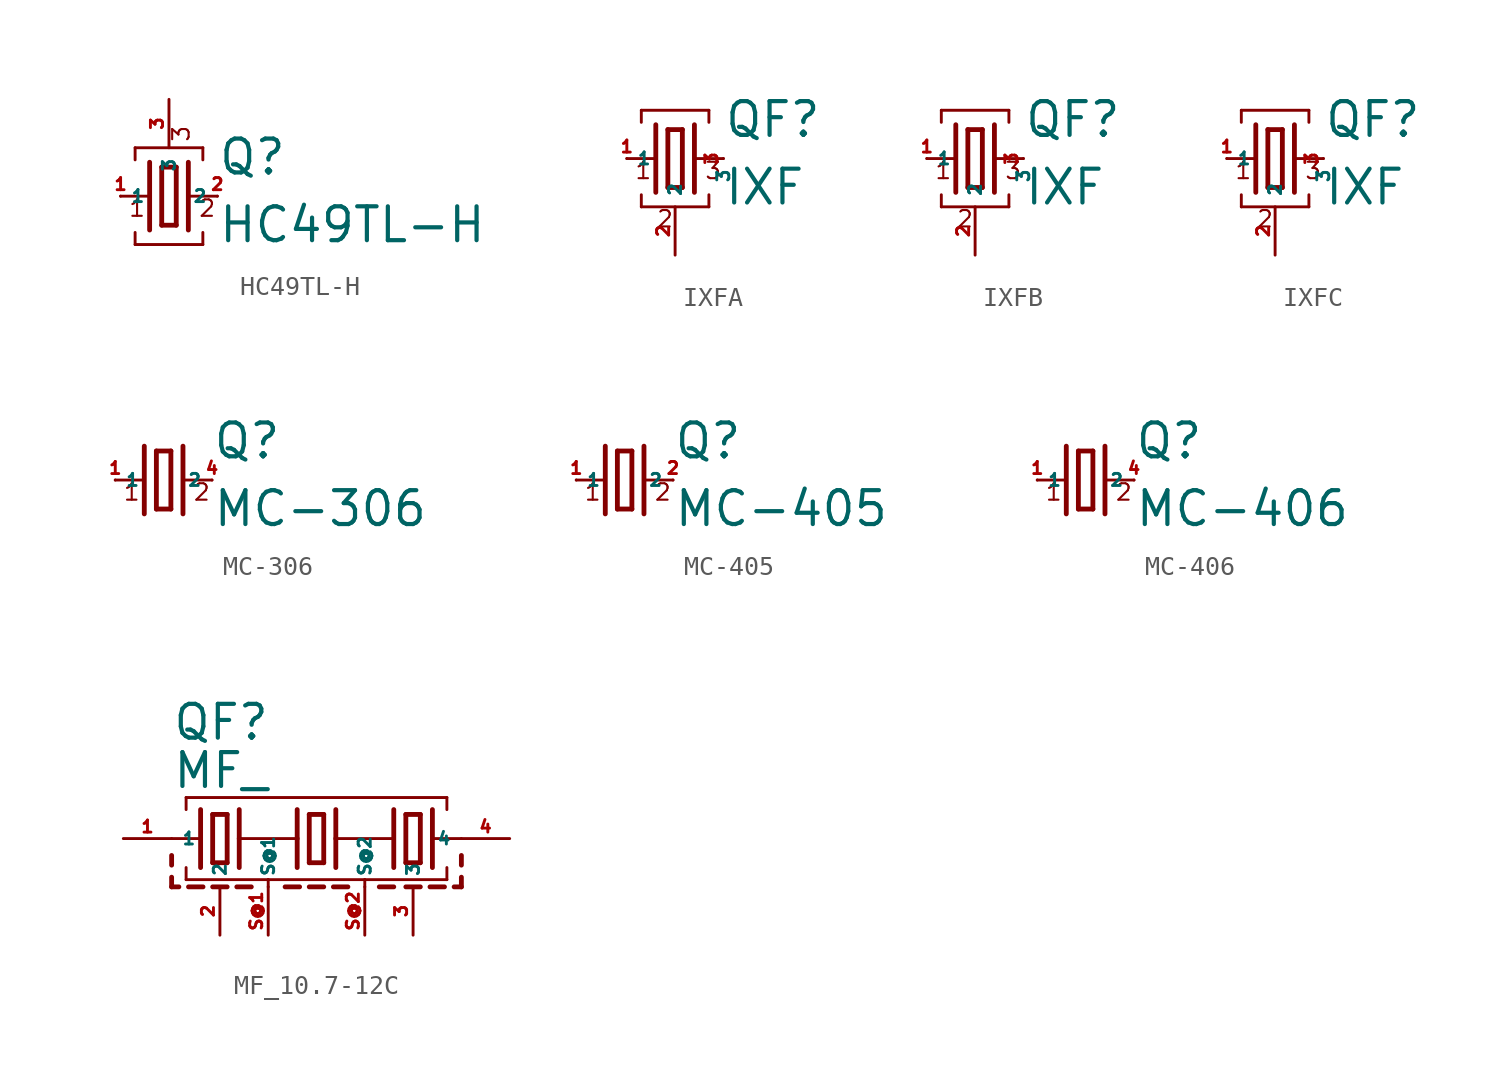
<source format=kicad_sym>
(kicad_symbol_lib
  (version 20220914)
  (generator Eagle2Kicad)
  (symbol "HC49TL-H"
    (property "Reference" "Q"
      (at 2.54 1.016 0)
      (effects (font (size 1.778 1.778) (thickness 0.22)) (justify left bottom)))
    (property "Value" "HC49TL-H"
      (at 2.54 -2.54 0)
      (effects (font (size 1.778 1.778) (thickness 0.22)) (justify left bottom)))
    (polyline
      (pts (xy 1.016 0) (xy 2.54 0))
      (stroke (width 0.152) (type default))
      (fill (type none)))
    (polyline
      (pts (xy -2.54 0) (xy -1.016 0))
      (stroke (width 0.152) (type default))
      (fill (type none)))
    (polyline
      (pts (xy -0.381 1.524) (xy -0.381 -1.524))
      (stroke (width 0.254) (type default))
      (fill (type none)))
    (polyline
      (pts (xy -0.381 -1.524) (xy 0.381 -1.524))
      (stroke (width 0.254) (type default))
      (fill (type none)))
    (polyline
      (pts (xy 0.381 -1.524) (xy 0.381 1.524))
      (stroke (width 0.254) (type default))
      (fill (type none)))
    (polyline
      (pts (xy 0.381 1.524) (xy -0.381 1.524))
      (stroke (width 0.254) (type default))
      (fill (type none)))
    (polyline
      (pts (xy 1.016 1.778) (xy 1.016 -1.778))
      (stroke (width 0.254) (type default))
      (fill (type none)))
    (polyline
      (pts (xy -1.016 1.778) (xy -1.016 -1.778))
      (stroke (width 0.254) (type default))
      (fill (type none)))
    (polyline
      (pts (xy -1.778 1.905) (xy -1.778 2.54))
      (stroke (width 0.152) (type default))
      (fill (type none)))
    (polyline
      (pts (xy -1.778 2.54) (xy 1.778 2.54))
      (stroke (width 0.152) (type default))
      (fill (type none)))
    (polyline
      (pts (xy 1.778 2.54) (xy 1.778 1.905))
      (stroke (width 0.152) (type default))
      (fill (type none)))
    (polyline
      (pts (xy 1.778 -1.905) (xy 1.778 -2.54))
      (stroke (width 0.152) (type default))
      (fill (type none)))
    (polyline
      (pts (xy -1.778 -2.54) (xy 1.778 -2.54))
      (stroke (width 0.152) (type default))
      (fill (type none)))
    (polyline
      (pts (xy -1.778 -2.54) (xy -1.778 -1.905))
      (stroke (width 0.152) (type default))
      (fill (type none)))
    (text "1"
      (at -2.159 -1.143 0)
      (effects (font (size 0.864 0.864) (thickness 0.11)) (justify left bottom)))
    (text "2"
      (at 1.524 -1.143 0)
      (effects (font (size 0.864 0.864) (thickness 0.11)) (justify left bottom)))
    (text "3"
      (at 1.143 2.794 900)
      (effects (font (size 0.864 0.864) (thickness 0.11)) (justify left bottom)))
    (pin passive line
      (at 2.54 0 180)
      (length 0)
      (name "2" (effects (font (size 0.635 0.635) (thickness 0.08)) (justify left bottom)))
      (number "2" (effects (font (size 0.635 0.635) (thickness 0.08)) (justify left bottom))))
    (pin passive line
      (at -2.54 0 0)
      (length 0)
      (name "1" (effects (font (size 0.635 0.635) (thickness 0.08)) (justify left bottom)))
      (number "1" (effects (font (size 0.635 0.635) (thickness 0.08)) (justify left bottom))))
    (pin passive line
      (at 0 5.08 270)
      (length 2.54)
      (name "3" (effects (font (size 0.635 0.635) (thickness 0.08)) (justify left bottom)))
      (number "3" (effects (font (size 0.635 0.635) (thickness 0.08)) (justify left bottom)))))
  (symbol "IXFA"
    (property "Reference" "QF"
      (at 2.54 1.016 0)
      (effects (font (size 1.778 1.778) (thickness 0.22)) (justify left bottom)))
    (property "Value" "IXF"
      (at 2.54 -2.54 0)
      (effects (font (size 1.778 1.778) (thickness 0.22)) (justify left bottom)))
    (polyline
      (pts (xy 1.016 0) (xy 2.54 0))
      (stroke (width 0.152) (type default))
      (fill (type none)))
    (polyline
      (pts (xy -2.54 0) (xy -1.016 0))
      (stroke (width 0.152) (type default))
      (fill (type none)))
    (polyline
      (pts (xy -0.381 1.524) (xy -0.381 -1.524))
      (stroke (width 0.254) (type default))
      (fill (type none)))
    (polyline
      (pts (xy -0.381 -1.524) (xy 0.381 -1.524))
      (stroke (width 0.254) (type default))
      (fill (type none)))
    (polyline
      (pts (xy 0.381 -1.524) (xy 0.381 1.524))
      (stroke (width 0.254) (type default))
      (fill (type none)))
    (polyline
      (pts (xy 0.381 1.524) (xy -0.381 1.524))
      (stroke (width 0.254) (type default))
      (fill (type none)))
    (polyline
      (pts (xy 1.016 1.778) (xy 1.016 -1.778))
      (stroke (width 0.254) (type default))
      (fill (type none)))
    (polyline
      (pts (xy -1.016 1.778) (xy -1.016 -1.778))
      (stroke (width 0.254) (type default))
      (fill (type none)))
    (polyline
      (pts (xy -1.778 1.905) (xy -1.778 2.54))
      (stroke (width 0.152) (type default))
      (fill (type none)))
    (polyline
      (pts (xy -1.778 2.54) (xy 1.778 2.54))
      (stroke (width 0.152) (type default))
      (fill (type none)))
    (polyline
      (pts (xy 1.778 2.54) (xy 1.778 1.905))
      (stroke (width 0.152) (type default))
      (fill (type none)))
    (polyline
      (pts (xy 1.778 -1.905) (xy 1.778 -2.54))
      (stroke (width 0.152) (type default))
      (fill (type none)))
    (polyline
      (pts (xy -1.778 -2.54) (xy 1.778 -2.54))
      (stroke (width 0.152) (type default))
      (fill (type none)))
    (polyline
      (pts (xy -1.778 -2.54) (xy -1.778 -1.905))
      (stroke (width 0.152) (type default))
      (fill (type none)))
    (text "1"
      (at -2.159 -1.143 0)
      (effects (font (size 0.864 0.864) (thickness 0.11)) (justify left bottom)))
    (text "2"
      (at -1.016 -3.683 0)
      (effects (font (size 0.864 0.864) (thickness 0.11)) (justify left bottom)))
    (text "3"
      (at 1.524 -1.143 0)
      (effects (font (size 0.864 0.864) (thickness 0.11)) (justify left bottom)))
    (pin passive line
      (at 2.54 0 270)
      (length 0)
      (name "3" (effects (font (size 0.635 0.635) (thickness 0.08)) (justify left bottom)))
      (number "3" (effects (font (size 0.635 0.635) (thickness 0.08)) (justify left bottom))))
    (pin passive line
      (at -2.54 0 0)
      (length 0)
      (name "1" (effects (font (size 0.635 0.635) (thickness 0.08)) (justify left bottom)))
      (number "1" (effects (font (size 0.635 0.635) (thickness 0.08)) (justify left bottom))))
    (pin passive line
      (at 0 -5.08 90)
      (length 2.54)
      (name "2" (effects (font (size 0.635 0.635) (thickness 0.08)) (justify left bottom)))
      (number "2" (effects (font (size 0.635 0.635) (thickness 0.08)) (justify left bottom)))))
  (symbol "IXFB"
    (property "Reference" "QF"
      (at 2.54 1.016 0)
      (effects (font (size 1.778 1.778) (thickness 0.22)) (justify left bottom)))
    (property "Value" "IXF"
      (at 2.54 -2.54 0)
      (effects (font (size 1.778 1.778) (thickness 0.22)) (justify left bottom)))
    (polyline
      (pts (xy 1.016 0) (xy 2.54 0))
      (stroke (width 0.152) (type default))
      (fill (type none)))
    (polyline
      (pts (xy -2.54 0) (xy -1.016 0))
      (stroke (width 0.152) (type default))
      (fill (type none)))
    (polyline
      (pts (xy -0.381 1.524) (xy -0.381 -1.524))
      (stroke (width 0.254) (type default))
      (fill (type none)))
    (polyline
      (pts (xy -0.381 -1.524) (xy 0.381 -1.524))
      (stroke (width 0.254) (type default))
      (fill (type none)))
    (polyline
      (pts (xy 0.381 -1.524) (xy 0.381 1.524))
      (stroke (width 0.254) (type default))
      (fill (type none)))
    (polyline
      (pts (xy 0.381 1.524) (xy -0.381 1.524))
      (stroke (width 0.254) (type default))
      (fill (type none)))
    (polyline
      (pts (xy 1.016 1.778) (xy 1.016 -1.778))
      (stroke (width 0.254) (type default))
      (fill (type none)))
    (polyline
      (pts (xy -1.016 1.778) (xy -1.016 -1.778))
      (stroke (width 0.254) (type default))
      (fill (type none)))
    (polyline
      (pts (xy -1.778 1.905) (xy -1.778 2.54))
      (stroke (width 0.152) (type default))
      (fill (type none)))
    (polyline
      (pts (xy -1.778 2.54) (xy 1.778 2.54))
      (stroke (width 0.152) (type default))
      (fill (type none)))
    (polyline
      (pts (xy 1.778 2.54) (xy 1.778 1.905))
      (stroke (width 0.152) (type default))
      (fill (type none)))
    (polyline
      (pts (xy 1.778 -1.905) (xy 1.778 -2.54))
      (stroke (width 0.152) (type default))
      (fill (type none)))
    (polyline
      (pts (xy -1.778 -2.54) (xy 1.778 -2.54))
      (stroke (width 0.152) (type default))
      (fill (type none)))
    (polyline
      (pts (xy -1.778 -2.54) (xy -1.778 -1.905))
      (stroke (width 0.152) (type default))
      (fill (type none)))
    (text "1"
      (at -2.159 -1.143 0)
      (effects (font (size 0.864 0.864) (thickness 0.11)) (justify left bottom)))
    (text "2"
      (at -1.016 -3.683 0)
      (effects (font (size 0.864 0.864) (thickness 0.11)) (justify left bottom)))
    (text "3"
      (at 1.524 -1.143 0)
      (effects (font (size 0.864 0.864) (thickness 0.11)) (justify left bottom)))
    (pin passive line
      (at 2.54 0 270)
      (length 0)
      (name "3" (effects (font (size 0.635 0.635) (thickness 0.08)) (justify left bottom)))
      (number "3" (effects (font (size 0.635 0.635) (thickness 0.08)) (justify left bottom))))
    (pin passive line
      (at -2.54 0 0)
      (length 0)
      (name "1" (effects (font (size 0.635 0.635) (thickness 0.08)) (justify left bottom)))
      (number "1" (effects (font (size 0.635 0.635) (thickness 0.08)) (justify left bottom))))
    (pin passive line
      (at 0 -5.08 90)
      (length 2.54)
      (name "2" (effects (font (size 0.635 0.635) (thickness 0.08)) (justify left bottom)))
      (number "2" (effects (font (size 0.635 0.635) (thickness 0.08)) (justify left bottom)))))
  (symbol "IXFC"
    (property "Reference" "QF"
      (at 2.54 1.016 0)
      (effects (font (size 1.778 1.778) (thickness 0.22)) (justify left bottom)))
    (property "Value" "IXF"
      (at 2.54 -2.54 0)
      (effects (font (size 1.778 1.778) (thickness 0.22)) (justify left bottom)))
    (polyline
      (pts (xy 1.016 0) (xy 2.54 0))
      (stroke (width 0.152) (type default))
      (fill (type none)))
    (polyline
      (pts (xy -2.54 0) (xy -1.016 0))
      (stroke (width 0.152) (type default))
      (fill (type none)))
    (polyline
      (pts (xy -0.381 1.524) (xy -0.381 -1.524))
      (stroke (width 0.254) (type default))
      (fill (type none)))
    (polyline
      (pts (xy -0.381 -1.524) (xy 0.381 -1.524))
      (stroke (width 0.254) (type default))
      (fill (type none)))
    (polyline
      (pts (xy 0.381 -1.524) (xy 0.381 1.524))
      (stroke (width 0.254) (type default))
      (fill (type none)))
    (polyline
      (pts (xy 0.381 1.524) (xy -0.381 1.524))
      (stroke (width 0.254) (type default))
      (fill (type none)))
    (polyline
      (pts (xy 1.016 1.778) (xy 1.016 -1.778))
      (stroke (width 0.254) (type default))
      (fill (type none)))
    (polyline
      (pts (xy -1.016 1.778) (xy -1.016 -1.778))
      (stroke (width 0.254) (type default))
      (fill (type none)))
    (polyline
      (pts (xy -1.778 1.905) (xy -1.778 2.54))
      (stroke (width 0.152) (type default))
      (fill (type none)))
    (polyline
      (pts (xy -1.778 2.54) (xy 1.778 2.54))
      (stroke (width 0.152) (type default))
      (fill (type none)))
    (polyline
      (pts (xy 1.778 2.54) (xy 1.778 1.905))
      (stroke (width 0.152) (type default))
      (fill (type none)))
    (polyline
      (pts (xy 1.778 -1.905) (xy 1.778 -2.54))
      (stroke (width 0.152) (type default))
      (fill (type none)))
    (polyline
      (pts (xy -1.778 -2.54) (xy 1.778 -2.54))
      (stroke (width 0.152) (type default))
      (fill (type none)))
    (polyline
      (pts (xy -1.778 -2.54) (xy -1.778 -1.905))
      (stroke (width 0.152) (type default))
      (fill (type none)))
    (text "1"
      (at -2.159 -1.143 0)
      (effects (font (size 0.864 0.864) (thickness 0.11)) (justify left bottom)))
    (text "2"
      (at -1.016 -3.683 0)
      (effects (font (size 0.864 0.864) (thickness 0.11)) (justify left bottom)))
    (text "3"
      (at 1.524 -1.143 0)
      (effects (font (size 0.864 0.864) (thickness 0.11)) (justify left bottom)))
    (pin passive line
      (at 2.54 0 270)
      (length 0)
      (name "3" (effects (font (size 0.635 0.635) (thickness 0.08)) (justify left bottom)))
      (number "3" (effects (font (size 0.635 0.635) (thickness 0.08)) (justify left bottom))))
    (pin passive line
      (at -2.54 0 0)
      (length 0)
      (name "1" (effects (font (size 0.635 0.635) (thickness 0.08)) (justify left bottom)))
      (number "1" (effects (font (size 0.635 0.635) (thickness 0.08)) (justify left bottom))))
    (pin passive line
      (at 0 -5.08 90)
      (length 2.54)
      (name "2" (effects (font (size 0.635 0.635) (thickness 0.08)) (justify left bottom)))
      (number "2" (effects (font (size 0.635 0.635) (thickness 0.08)) (justify left bottom)))))
  (symbol "MC-306"
    (property "Reference" "Q"
      (at 2.54 1.016 0)
      (effects (font (size 1.778 1.778) (thickness 0.22)) (justify left bottom)))
    (property "Value" "MC-306"
      (at 2.54 -2.54 0)
      (effects (font (size 1.778 1.778) (thickness 0.22)) (justify left bottom)))
    (polyline
      (pts (xy 1.016 0) (xy 2.54 0))
      (stroke (width 0.152) (type default))
      (fill (type none)))
    (polyline
      (pts (xy -2.54 0) (xy -1.016 0))
      (stroke (width 0.152) (type default))
      (fill (type none)))
    (polyline
      (pts (xy -0.381 1.524) (xy -0.381 -1.524))
      (stroke (width 0.254) (type default))
      (fill (type none)))
    (polyline
      (pts (xy -0.381 -1.524) (xy 0.381 -1.524))
      (stroke (width 0.254) (type default))
      (fill (type none)))
    (polyline
      (pts (xy 0.381 -1.524) (xy 0.381 1.524))
      (stroke (width 0.254) (type default))
      (fill (type none)))
    (polyline
      (pts (xy 0.381 1.524) (xy -0.381 1.524))
      (stroke (width 0.254) (type default))
      (fill (type none)))
    (polyline
      (pts (xy 1.016 1.778) (xy 1.016 -1.778))
      (stroke (width 0.254) (type default))
      (fill (type none)))
    (polyline
      (pts (xy -1.016 1.778) (xy -1.016 -1.778))
      (stroke (width 0.254) (type default))
      (fill (type none)))
    (text "1"
      (at -2.159 -1.143 0)
      (effects (font (size 0.864 0.864) (thickness 0.11)) (justify left bottom)))
    (text "2"
      (at 1.524 -1.143 0)
      (effects (font (size 0.864 0.864) (thickness 0.11)) (justify left bottom)))
    (pin passive line
      (at 2.54 0 180)
      (length 0)
      (name "2" (effects (font (size 0.635 0.635) (thickness 0.08)) (justify left bottom)))
      (number "4" (effects (font (size 0.635 0.635) (thickness 0.08)) (justify left bottom))))
    (pin passive line
      (at -2.54 0 0)
      (length 0)
      (name "1" (effects (font (size 0.635 0.635) (thickness 0.08)) (justify left bottom)))
      (number "1" (effects (font (size 0.635 0.635) (thickness 0.08)) (justify left bottom)))))
  (symbol "MC-405"
    (property "Reference" "Q"
      (at 2.54 1.016 0)
      (effects (font (size 1.778 1.778) (thickness 0.22)) (justify left bottom)))
    (property "Value" "MC-405"
      (at 2.54 -2.54 0)
      (effects (font (size 1.778 1.778) (thickness 0.22)) (justify left bottom)))
    (polyline
      (pts (xy 1.016 0) (xy 2.54 0))
      (stroke (width 0.152) (type default))
      (fill (type none)))
    (polyline
      (pts (xy -2.54 0) (xy -1.016 0))
      (stroke (width 0.152) (type default))
      (fill (type none)))
    (polyline
      (pts (xy -0.381 1.524) (xy -0.381 -1.524))
      (stroke (width 0.254) (type default))
      (fill (type none)))
    (polyline
      (pts (xy -0.381 -1.524) (xy 0.381 -1.524))
      (stroke (width 0.254) (type default))
      (fill (type none)))
    (polyline
      (pts (xy 0.381 -1.524) (xy 0.381 1.524))
      (stroke (width 0.254) (type default))
      (fill (type none)))
    (polyline
      (pts (xy 0.381 1.524) (xy -0.381 1.524))
      (stroke (width 0.254) (type default))
      (fill (type none)))
    (polyline
      (pts (xy 1.016 1.778) (xy 1.016 -1.778))
      (stroke (width 0.254) (type default))
      (fill (type none)))
    (polyline
      (pts (xy -1.016 1.778) (xy -1.016 -1.778))
      (stroke (width 0.254) (type default))
      (fill (type none)))
    (text "1"
      (at -2.159 -1.143 0)
      (effects (font (size 0.864 0.864) (thickness 0.11)) (justify left bottom)))
    (text "2"
      (at 1.524 -1.143 0)
      (effects (font (size 0.864 0.864) (thickness 0.11)) (justify left bottom)))
    (pin passive line
      (at 2.54 0 180)
      (length 0)
      (name "2" (effects (font (size 0.635 0.635) (thickness 0.08)) (justify left bottom)))
      (number "2" (effects (font (size 0.635 0.635) (thickness 0.08)) (justify left bottom))))
    (pin passive line
      (at -2.54 0 0)
      (length 0)
      (name "1" (effects (font (size 0.635 0.635) (thickness 0.08)) (justify left bottom)))
      (number "1" (effects (font (size 0.635 0.635) (thickness 0.08)) (justify left bottom)))))
  (symbol "MC-406"
    (property "Reference" "Q"
      (at 2.54 1.016 0)
      (effects (font (size 1.778 1.778) (thickness 0.22)) (justify left bottom)))
    (property "Value" "MC-406"
      (at 2.54 -2.54 0)
      (effects (font (size 1.778 1.778) (thickness 0.22)) (justify left bottom)))
    (polyline
      (pts (xy 1.016 0) (xy 2.54 0))
      (stroke (width 0.152) (type default))
      (fill (type none)))
    (polyline
      (pts (xy -2.54 0) (xy -1.016 0))
      (stroke (width 0.152) (type default))
      (fill (type none)))
    (polyline
      (pts (xy -0.381 1.524) (xy -0.381 -1.524))
      (stroke (width 0.254) (type default))
      (fill (type none)))
    (polyline
      (pts (xy -0.381 -1.524) (xy 0.381 -1.524))
      (stroke (width 0.254) (type default))
      (fill (type none)))
    (polyline
      (pts (xy 0.381 -1.524) (xy 0.381 1.524))
      (stroke (width 0.254) (type default))
      (fill (type none)))
    (polyline
      (pts (xy 0.381 1.524) (xy -0.381 1.524))
      (stroke (width 0.254) (type default))
      (fill (type none)))
    (polyline
      (pts (xy 1.016 1.778) (xy 1.016 -1.778))
      (stroke (width 0.254) (type default))
      (fill (type none)))
    (polyline
      (pts (xy -1.016 1.778) (xy -1.016 -1.778))
      (stroke (width 0.254) (type default))
      (fill (type none)))
    (text "1"
      (at -2.159 -1.143 0)
      (effects (font (size 0.864 0.864) (thickness 0.11)) (justify left bottom)))
    (text "2"
      (at 1.524 -1.143 0)
      (effects (font (size 0.864 0.864) (thickness 0.11)) (justify left bottom)))
    (pin passive line
      (at 2.54 0 180)
      (length 0)
      (name "2" (effects (font (size 0.635 0.635) (thickness 0.08)) (justify left bottom)))
      (number "4" (effects (font (size 0.635 0.635) (thickness 0.08)) (justify left bottom))))
    (pin passive line
      (at -2.54 0 0)
      (length 0)
      (name "1" (effects (font (size 0.635 0.635) (thickness 0.08)) (justify left bottom)))
      (number "1" (effects (font (size 0.635 0.635) (thickness 0.08)) (justify left bottom)))))
  (symbol "MF_10.7-12C"
    (property "Reference" "QF"
      (at -7.62 5.08 0)
      (effects (font (size 1.778 1.778) (thickness 0.22)) (justify left bottom)))
    (property "Value" "MF_"
      (at -7.62 2.54 0)
      (effects (font (size 1.778 1.778) (thickness 0.22)) (justify left bottom)))
    (polyline
      (pts (xy 6.096 0) (xy 7.62 0))
      (stroke (width 0.152) (type default))
      (fill (type none)))
    (polyline
      (pts (xy -7.62 0) (xy -6.096 0))
      (stroke (width 0.152) (type default))
      (fill (type none)))
    (polyline
      (pts (xy -0.381 1.27) (xy -0.381 -1.27))
      (stroke (width 0.254) (type default))
      (fill (type none)))
    (polyline
      (pts (xy -0.381 -1.27) (xy 0.381 -1.27))
      (stroke (width 0.254) (type default))
      (fill (type none)))
    (polyline
      (pts (xy 0.381 -1.27) (xy 0.381 1.27))
      (stroke (width 0.254) (type default))
      (fill (type none)))
    (polyline
      (pts (xy 0.381 1.27) (xy -0.381 1.27))
      (stroke (width 0.254) (type default))
      (fill (type none)))
    (polyline
      (pts (xy 6.096 1.524) (xy 6.096 -1.524))
      (stroke (width 0.254) (type default))
      (fill (type none)))
    (polyline
      (pts (xy -6.096 1.524) (xy -6.096 -1.524))
      (stroke (width 0.254) (type default))
      (fill (type none)))
    (polyline
      (pts (xy -6.858 1.524) (xy -6.858 2.159))
      (stroke (width 0.152) (type default))
      (fill (type none)))
    (polyline
      (pts (xy -6.858 2.159) (xy 6.858 2.159))
      (stroke (width 0.152) (type default))
      (fill (type none)))
    (polyline
      (pts (xy 6.858 2.159) (xy 6.858 1.524))
      (stroke (width 0.152) (type default))
      (fill (type none)))
    (polyline
      (pts (xy 6.858 -1.524) (xy 6.858 -2.159))
      (stroke (width 0.152) (type default))
      (fill (type none)))
    (polyline
      (pts (xy -6.858 -2.159) (xy -2.54 -2.159))
      (stroke (width 0.152) (type default))
      (fill (type none)))
    (polyline
      (pts (xy -2.54 -2.159) (xy 2.54 -2.159))
      (stroke (width 0.152) (type default))
      (fill (type none)))
    (polyline
      (pts (xy 2.54 -2.159) (xy 6.858 -2.159))
      (stroke (width 0.152) (type default))
      (fill (type none)))
    (polyline
      (pts (xy -6.858 -2.159) (xy -6.858 -1.524))
      (stroke (width 0.152) (type default))
      (fill (type none)))
    (polyline
      (pts (xy -1.016 1.524) (xy -1.016 0))
      (stroke (width 0.254) (type default))
      (fill (type none)))
    (polyline
      (pts (xy -1.016 0) (xy -1.016 -1.524))
      (stroke (width 0.254) (type default))
      (fill (type none)))
    (polyline
      (pts (xy 1.016 1.524) (xy 1.016 0))
      (stroke (width 0.254) (type default))
      (fill (type none)))
    (polyline
      (pts (xy 1.016 0) (xy 1.016 -1.524))
      (stroke (width 0.254) (type default))
      (fill (type none)))
    (polyline
      (pts (xy -4.699 1.27) (xy -5.461 1.27))
      (stroke (width 0.254) (type default))
      (fill (type none)))
    (polyline
      (pts (xy -5.461 -1.27) (xy -4.699 -1.27))
      (stroke (width 0.254) (type default))
      (fill (type none)))
    (polyline
      (pts (xy -5.461 1.27) (xy -5.461 -1.27))
      (stroke (width 0.254) (type default))
      (fill (type none)))
    (polyline
      (pts (xy -4.699 -1.27) (xy -4.699 1.27))
      (stroke (width 0.254) (type default))
      (fill (type none)))
    (polyline
      (pts (xy 5.461 -1.27) (xy 5.461 1.27))
      (stroke (width 0.254) (type default))
      (fill (type none)))
    (polyline
      (pts (xy 4.699 1.27) (xy 4.699 -1.27))
      (stroke (width 0.254) (type default))
      (fill (type none)))
    (polyline
      (pts (xy 5.461 1.27) (xy 4.699 1.27))
      (stroke (width 0.254) (type default))
      (fill (type none)))
    (polyline
      (pts (xy 4.699 -1.27) (xy 5.461 -1.27))
      (stroke (width 0.254) (type default))
      (fill (type none)))
    (polyline
      (pts (xy 4.064 1.524) (xy 4.064 -1.524))
      (stroke (width 0.254) (type default))
      (fill (type none)))
    (polyline
      (pts (xy -4.064 1.524) (xy -4.064 0))
      (stroke (width 0.254) (type default))
      (fill (type none)))
    (polyline
      (pts (xy -4.064 0) (xy -4.064 -1.524))
      (stroke (width 0.254) (type default))
      (fill (type none)))
    (polyline
      (pts (xy -4.064 0) (xy -1.016 0))
      (stroke (width 0.152) (type default))
      (fill (type none)))
    (polyline
      (pts (xy 1.016 0) (xy 4.064 0))
      (stroke (width 0.152) (type default))
      (fill (type none)))
    (polyline
      (pts (xy -7.62 -2.032) (xy -7.62 -2.54))
      (stroke (width 0.254) (type default))
      (fill (type none)))
    (polyline
      (pts (xy -7.62 -2.54) (xy -7.239 -2.54))
      (stroke (width 0.254) (type default))
      (fill (type none)))
    (polyline
      (pts (xy -5.461 -2.54) (xy -4.699 -2.54))
      (stroke (width 0.254) (type default))
      (fill (type none)))
    (polyline
      (pts (xy -6.731 -2.54) (xy -5.969 -2.54))
      (stroke (width 0.254) (type default))
      (fill (type none)))
    (polyline
      (pts (xy 4.699 -2.54) (xy 5.461 -2.54))
      (stroke (width 0.254) (type default))
      (fill (type none)))
    (polyline
      (pts (xy -4.191 -2.54) (xy -3.429 -2.54))
      (stroke (width 0.254) (type default))
      (fill (type none)))
    (polyline
      (pts (xy -1.651 -2.54) (xy -0.889 -2.54))
      (stroke (width 0.254) (type default))
      (fill (type none)))
    (polyline
      (pts (xy -0.381 -2.54) (xy 0.381 -2.54))
      (stroke (width 0.254) (type default))
      (fill (type none)))
    (polyline
      (pts (xy 0.889 -2.54) (xy 1.651 -2.54))
      (stroke (width 0.254) (type default))
      (fill (type none)))
    (polyline
      (pts (xy 3.302 -2.54) (xy 4.064 -2.54))
      (stroke (width 0.254) (type default))
      (fill (type none)))
    (polyline
      (pts (xy -2.54 -2.54) (xy -2.54 -2.159))
      (stroke (width 0.152) (type default))
      (fill (type none)))
    (polyline
      (pts (xy 2.54 -2.54) (xy 2.54 -2.159))
      (stroke (width 0.152) (type default))
      (fill (type none)))
    (polyline
      (pts (xy 7.62 -2.54) (xy 7.239 -2.54))
      (stroke (width 0.254) (type default))
      (fill (type none)))
    (polyline
      (pts (xy 6.731 -2.54) (xy 5.969 -2.54))
      (stroke (width 0.254) (type default))
      (fill (type none)))
    (polyline
      (pts (xy 7.62 -2.032) (xy 7.62 -2.54))
      (stroke (width 0.254) (type default))
      (fill (type none)))
    (polyline
      (pts (xy -7.62 -0.889) (xy -7.62 -1.397))
      (stroke (width 0.254) (type default))
      (fill (type none)))
    (polyline
      (pts (xy 7.62 -0.889) (xy 7.62 -1.397))
      (stroke (width 0.254) (type default))
      (fill (type none)))
    (pin passive line
      (at 10.16 0 180)
      (length 2.54)
      (name "4" (effects (font (size 0.635 0.635) (thickness 0.08)) (justify left bottom)))
      (number "4" (effects (font (size 0.635 0.635) (thickness 0.08)) (justify left bottom))))
    (pin passive line
      (at -10.16 0 0)
      (length 2.54)
      (name "1" (effects (font (size 0.635 0.635) (thickness 0.08)) (justify left bottom)))
      (number "1" (effects (font (size 0.635 0.635) (thickness 0.08)) (justify left bottom))))
    (pin passive line
      (at -5.08 -5.08 90)
      (length 2.54)
      (name "2" (effects (font (size 0.635 0.635) (thickness 0.08)) (justify left bottom)))
      (number "2" (effects (font (size 0.635 0.635) (thickness 0.08)) (justify left bottom))))
    (pin passive line
      (at 5.08 -5.08 90)
      (length 2.54)
      (name "3" (effects (font (size 0.635 0.635) (thickness 0.08)) (justify left bottom)))
      (number "3" (effects (font (size 0.635 0.635) (thickness 0.08)) (justify left bottom))))
    (pin passive line
      (at -2.54 -5.08 90)
      (length 2.54)
      (name "S@1" (effects (font (size 0.635 0.635) (thickness 0.08)) (justify left bottom)))
      (number "S@1" (effects (font (size 0.635 0.635) (thickness 0.08)) (justify left bottom))))
    (pin passive line
      (at 2.54 -5.08 90)
      (length 2.54)
      (name "S@2" (effects (font (size 0.635 0.635) (thickness 0.08)) (justify left bottom)))
      (number "S@2" (effects (font (size 0.635 0.635) (thickness 0.08)) (justify left bottom))))))
</source>
